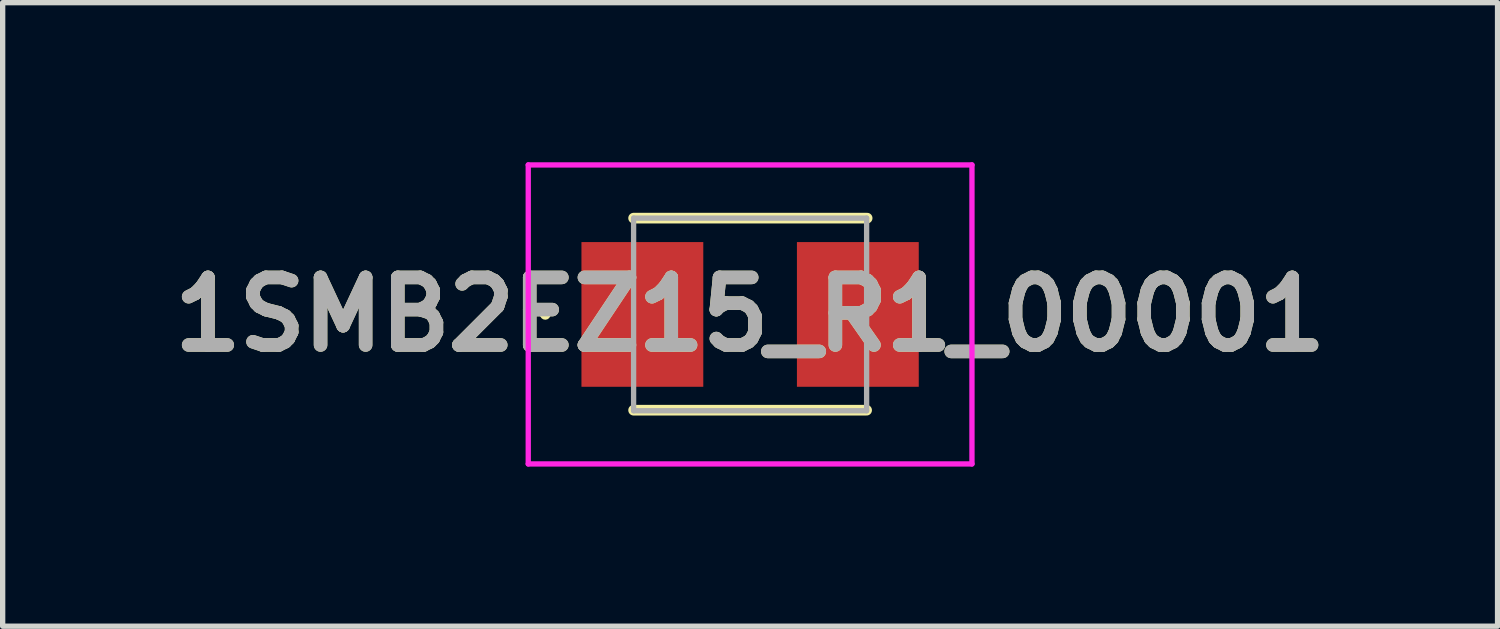
<source format=kicad_pcb>
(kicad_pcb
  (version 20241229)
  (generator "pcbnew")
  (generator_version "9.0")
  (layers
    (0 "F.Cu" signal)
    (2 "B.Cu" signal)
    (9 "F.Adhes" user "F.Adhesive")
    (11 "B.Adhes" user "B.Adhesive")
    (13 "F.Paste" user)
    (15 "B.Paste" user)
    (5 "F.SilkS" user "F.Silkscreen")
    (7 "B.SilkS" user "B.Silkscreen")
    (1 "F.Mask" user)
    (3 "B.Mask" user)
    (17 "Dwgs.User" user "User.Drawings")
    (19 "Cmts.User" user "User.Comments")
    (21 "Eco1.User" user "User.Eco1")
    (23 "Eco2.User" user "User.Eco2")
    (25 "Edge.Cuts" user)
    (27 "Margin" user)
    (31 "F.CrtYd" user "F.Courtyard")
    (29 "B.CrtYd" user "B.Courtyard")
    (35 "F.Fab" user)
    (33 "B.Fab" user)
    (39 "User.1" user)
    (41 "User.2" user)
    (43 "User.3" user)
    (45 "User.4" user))
  (footprint "1SMB2EZ15_R1_00001"
    (layer "F.Cu")
    (at 11.049 2.86)
    (property "Reference" "1SMB2EZ15_R1_00001" (at 0 0 0) (layer "F.SilkS") (effects (font (size 1.27 1.27) (thickness 0.254))))
    (attr smd)
    (fp_line (start -3.9 0) (end -3.9 0) (stroke (width 0.1) (type solid)) (layer "F.SilkS"))
    (fp_line (start -3.8 0) (end -3.8 0) (stroke (width 0.1) (type solid)) (layer "F.SilkS"))
    (fp_line (start -2.19 -1.81) (end 2.2 -1.81) (stroke (width 0.2) (type solid)) (layer "F.SilkS"))
    (fp_line (start -2.19 1.8) (end 2.19 1.8) (stroke (width 0.2) (type solid)) (layer "F.SilkS"))
    (fp_arc (start -3.9 0) (mid -3.85 -0.05) (end -3.8 0) (stroke (width 0.1) (type solid)) (layer "F.SilkS"))
    (fp_arc (start -3.8 0) (mid -3.85 0.05) (end -3.9 0) (stroke (width 0.1) (type solid)) (layer "F.SilkS"))
    (fp_line (start -4.17 -2.81) (end 4.17 -2.81) (stroke (width 0.1) (type solid)) (layer "F.CrtYd"))
    (fp_line (start -4.17 2.81) (end -4.17 -2.81) (stroke (width 0.1) (type solid)) (layer "F.CrtYd"))
    (fp_line (start 4.17 -2.81) (end 4.17 2.81) (stroke (width 0.1) (type solid)) (layer "F.CrtYd"))
    (fp_line (start 4.17 2.81) (end -4.17 2.81) (stroke (width 0.1) (type solid)) (layer "F.CrtYd"))
    (fp_line (start -2.19 -1.81) (end -2.19 1.81) (stroke (width 0.1) (type solid)) (layer "F.Fab"))
    (fp_line (start -2.19 1.81) (end 2.19 1.81) (stroke (width 0.1) (type solid)) (layer "F.Fab"))
    (fp_line (start 2.19 -1.81) (end -2.19 -1.81) (stroke (width 0.1) (type solid)) (layer "F.Fab"))
    (fp_line (start 2.19 1.81) (end 2.19 -1.81) (stroke (width 0.1) (type solid)) (layer "F.Fab"))
    (fp_text user "${REFERENCE}" (at 0 0 0) (layer "F.Fab") (effects (font (size 1.27 1.27) (thickness 0.254))))
    (pad "1" smd rect (at -2.025 0) (size 2.29 2.72) (layers "F.Cu" "F.Mask" "F.Paste"))
    (pad "2" smd rect (at 2.025 0) (size 2.29 2.72) (layers "F.Cu" "F.Mask" "F.Paste")))
  (gr_rect
    (start -3 -3)
    (end 25.098 8.72)
    (stroke (width 0.1) (type default))
    (fill no)
    (layer "Edge.Cuts")))
</source>
